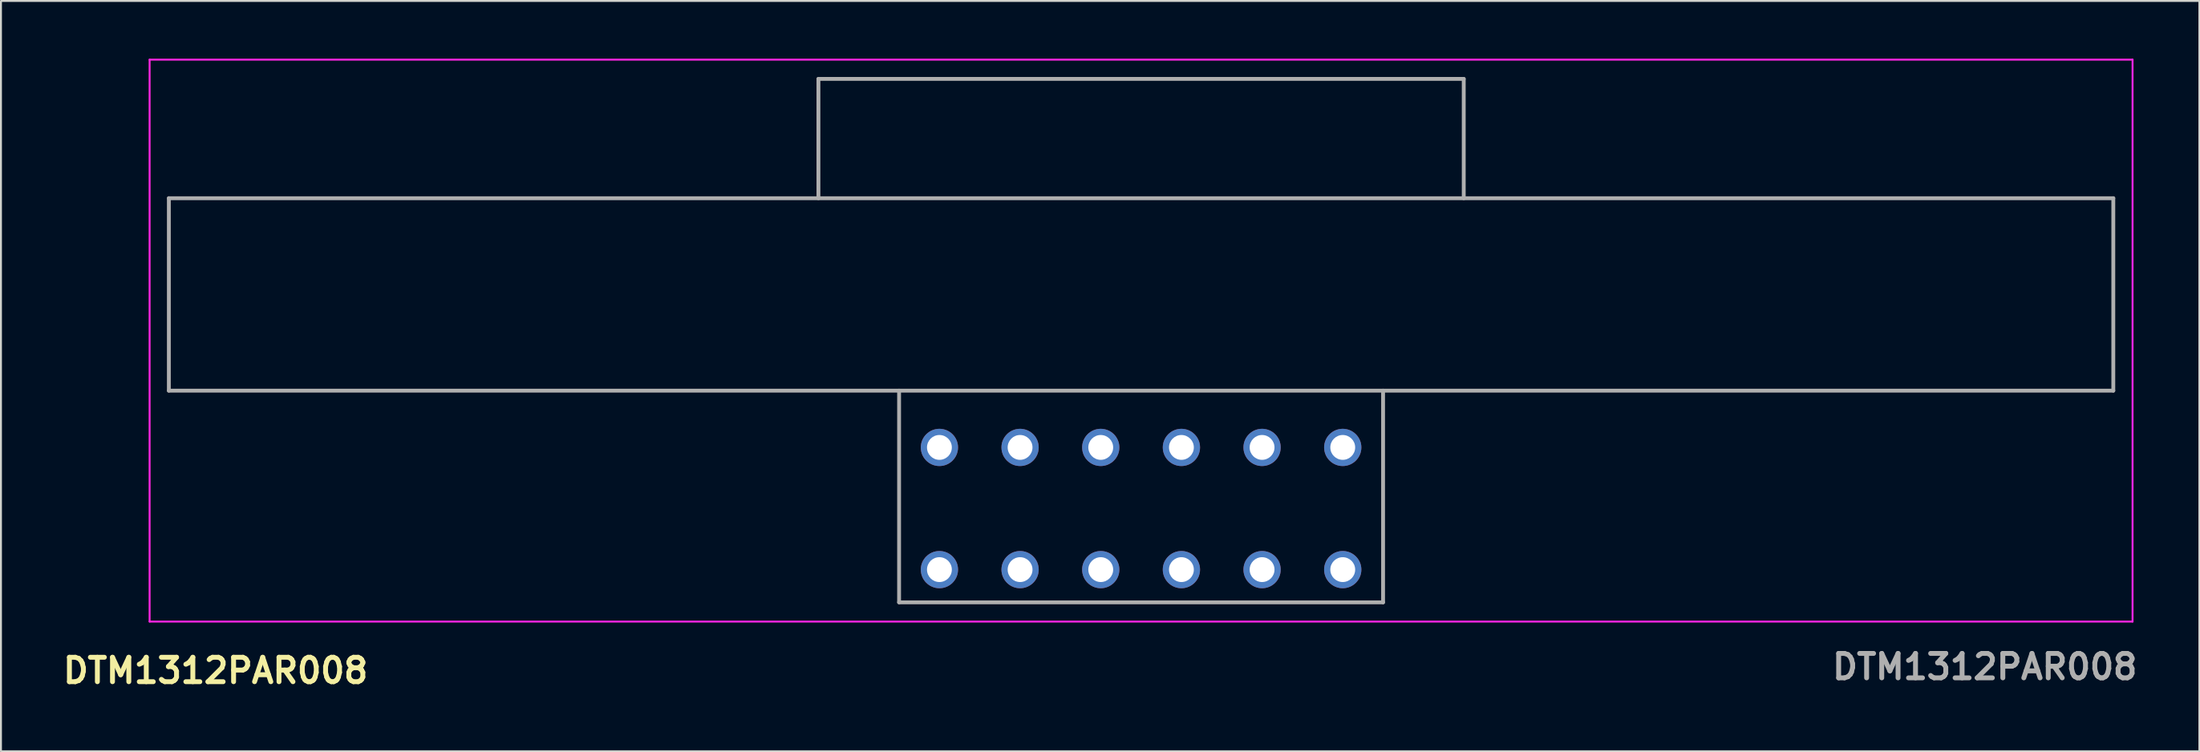
<source format=kicad_pcb>
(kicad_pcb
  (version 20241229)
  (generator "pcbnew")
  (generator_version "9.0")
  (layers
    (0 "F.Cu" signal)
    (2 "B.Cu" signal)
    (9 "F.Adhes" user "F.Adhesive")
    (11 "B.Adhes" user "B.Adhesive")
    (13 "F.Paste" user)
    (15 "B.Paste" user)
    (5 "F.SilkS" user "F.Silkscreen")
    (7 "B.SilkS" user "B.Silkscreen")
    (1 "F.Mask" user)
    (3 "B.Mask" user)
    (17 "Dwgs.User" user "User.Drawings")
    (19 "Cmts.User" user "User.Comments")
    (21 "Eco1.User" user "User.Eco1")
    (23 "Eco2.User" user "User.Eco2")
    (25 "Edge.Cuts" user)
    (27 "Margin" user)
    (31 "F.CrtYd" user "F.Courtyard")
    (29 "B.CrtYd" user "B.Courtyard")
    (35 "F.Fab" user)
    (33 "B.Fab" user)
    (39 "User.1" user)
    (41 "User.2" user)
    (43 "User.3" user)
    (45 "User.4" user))
  (footprint "DTM1312PAR008"
    (layer "F.Cu")
    (at 45.746 20.2)
    (property "Reference" "DTM1312PAR008" (at -37.6 11.6 0) (layer "F.SilkS") (effects (font (size 1.27 1.27) (thickness 0.254))))
    (attr through_hole)
    (fp_line (start -40.025 -12.95) (end -40.025 -2.95) (stroke (width 0.1) (type solid)) (layer "F.SilkS"))
    (fp_line (start -40.025 -2.95) (end 60.975 -2.95) (stroke (width 0.1) (type solid)) (layer "F.SilkS"))
    (fp_line (start -2.095 8.05) (end -2.095 -2.95) (stroke (width 0.1) (type solid)) (layer "F.SilkS"))
    (fp_line (start 23.045 -2.95) (end 23.045 8.05) (stroke (width 0.1) (type solid)) (layer "F.SilkS"))
    (fp_line (start 23.045 8.05) (end -2.095 8.05) (stroke (width 0.1) (type solid)) (layer "F.SilkS"))
    (fp_line (start 60.975 -12.95) (end -40.025 -12.95) (stroke (width 0.1) (type solid)) (layer "F.SilkS"))
    (fp_line (start 60.975 -2.95) (end 60.975 -12.95) (stroke (width 0.1) (type solid)) (layer "F.SilkS"))
    (fp_line (start -41.025 -20.15) (end -41.025 9.05) (stroke (width 0.1) (type solid)) (layer "F.CrtYd"))
    (fp_line (start -41.025 9.05) (end 61.975 9.05) (stroke (width 0.1) (type solid)) (layer "F.CrtYd"))
    (fp_line (start 61.975 -20.15) (end -41.025 -20.15) (stroke (width 0.1) (type solid)) (layer "F.CrtYd"))
    (fp_line (start 61.975 9.05) (end 61.975 -20.15) (stroke (width 0.1) (type solid)) (layer "F.CrtYd"))
    (fp_line (start -40.025 -12.95) (end -40.025 -2.95) (stroke (width 0.2) (type solid)) (layer "F.Fab"))
    (fp_line (start -40.025 -2.95) (end 60.975 -2.95) (stroke (width 0.2) (type solid)) (layer "F.Fab"))
    (fp_line (start -6.285 -19.15) (end -6.285 -12.95) (stroke (width 0.2) (type solid)) (layer "F.Fab"))
    (fp_line (start -2.095 8.05) (end -2.095 -2.95) (stroke (width 0.2) (type solid)) (layer "F.Fab"))
    (fp_line (start 23.045 -2.95) (end 23.045 8.05) (stroke (width 0.2) (type solid)) (layer "F.Fab"))
    (fp_line (start 23.045 8.05) (end -2.095 8.05) (stroke (width 0.2) (type solid)) (layer "F.Fab"))
    (fp_line (start 27.235 -19.15) (end -6.285 -19.15) (stroke (width 0.2) (type solid)) (layer "F.Fab"))
    (fp_line (start 27.235 -12.95) (end 27.235 -19.15) (stroke (width 0.2) (type solid)) (layer "F.Fab"))
    (fp_line (start 60.975 -12.95) (end -40.025 -12.95) (stroke (width 0.2) (type solid)) (layer "F.Fab"))
    (fp_line (start 60.975 -2.95) (end 60.975 -12.95) (stroke (width 0.2) (type solid)) (layer "F.Fab"))
    (fp_text user "${REFERENCE}" (at 54.3 11.4 0) (layer "F.Fab") (effects (font (size 1.27 1.27) (thickness 0.254))))
    (pad "1" thru_hole circle (at 0 0) (size 1.935 1.935) (drill 1.29) (layers "*.Cu" "*.Mask"))
    (pad "2" thru_hole circle (at 4.19 0) (size 1.935 1.935) (drill 1.29) (layers "*.Cu" "*.Mask"))
    (pad "3" thru_hole circle (at 8.38 0) (size 1.935 1.935) (drill 1.29) (layers "*.Cu" "*.Mask"))
    (pad "4" thru_hole circle (at 12.57 0) (size 1.935 1.935) (drill 1.29) (layers "*.Cu" "*.Mask"))
    (pad "5" thru_hole circle (at 16.76 0) (size 1.935 1.935) (drill 1.29) (layers "*.Cu" "*.Mask"))
    (pad "6" thru_hole circle (at 20.95 0) (size 1.935 1.935) (drill 1.29) (layers "*.Cu" "*.Mask"))
    (pad "7" thru_hole circle (at 20.95 6.35) (size 1.935 1.935) (drill 1.29) (layers "*.Cu" "*.Mask"))
    (pad "8" thru_hole circle (at 16.76 6.35) (size 1.935 1.935) (drill 1.29) (layers "*.Cu" "*.Mask"))
    (pad "9" thru_hole circle (at 12.57 6.35) (size 1.935 1.935) (drill 1.29) (layers "*.Cu" "*.Mask"))
    (pad "10" thru_hole circle (at 8.38 6.35) (size 1.935 1.935) (drill 1.29) (layers "*.Cu" "*.Mask"))
    (pad "11" thru_hole circle (at 4.19 6.35) (size 1.935 1.935) (drill 1.29) (layers "*.Cu" "*.Mask"))
    (pad "12" thru_hole circle (at 0 6.35) (size 1.935 1.935) (drill 1.29) (layers "*.Cu" "*.Mask")))
  (gr_rect
    (start -3 -3)
    (end 111.192 35.989)
    (stroke (width 0.1) (type default))
    (fill no)
    (layer "Edge.Cuts")))
</source>
